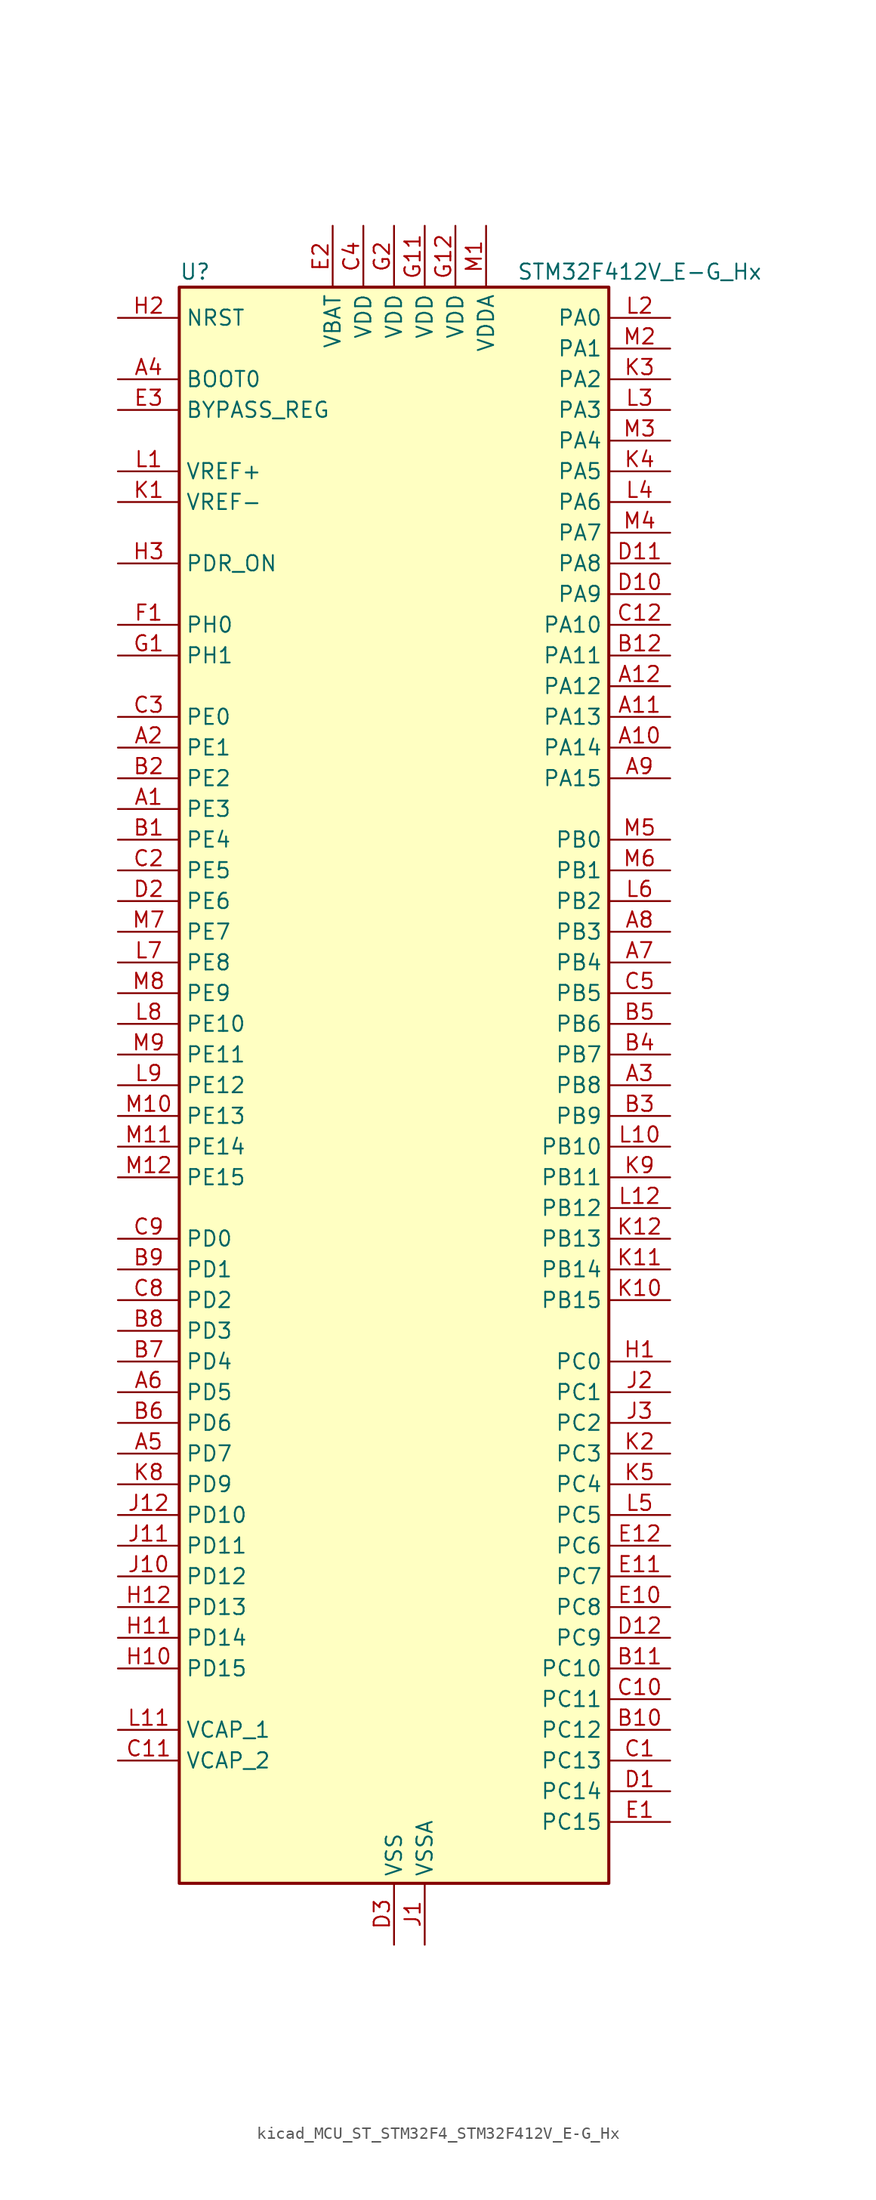
<source format=kicad_sym>
(kicad_symbol_lib
  (version 20220914)
  (generator kicad_symbol_editor)
  (symbol "kicad_MCU_ST_STM32F4_STM32F412V_E-G_Hx"
    (property "Reference" "U"
      (at -17.78 67.31 0)
      (effects (font (size 1.27 1.27)) (justify left)))
    (property "Value" "STM32F412V_E-G_Hx"
      (at 10.16 67.31 0)
      (effects (font (size 1.27 1.27)) (justify left)))
    (property "ki_locked" ""
      (at 0 0 0)
      (effects (font (size 1.27 1.27))))
    (symbol "kicad_MCU_ST_STM32F4_STM32F412V_E-G_Hx_0_1"
      (rectangle (start -17.78 -66.04) (end 17.78 66.04) (stroke (width 0.254) (type default)) (fill (type background))))
    (symbol "kicad_MCU_ST_STM32F4_STM32F412V_E-G_Hx_1_1"
      (pin bidirectional line (at -22.86 22.86 0) (length 5.08) (name "PE3" (effects (font (size 1.27 1.27)))) (number "A1" (effects (font (size 1.27 1.27)))) (alternate "FSMC_A19" bidirectional line) (alternate "SYS_TRACED0" bidirectional line))
      (pin bidirectional line (at 22.86 27.94 180) (length 5.08) (name "PA14" (effects (font (size 1.27 1.27)))) (number "A10" (effects (font (size 1.27 1.27)))) (alternate "SYS_JTCK-SWCLK" bidirectional line))
      (pin bidirectional line (at 22.86 30.48 180) (length 5.08) (name "PA13" (effects (font (size 1.27 1.27)))) (number "A11" (effects (font (size 1.27 1.27)))) (alternate "SYS_JTMS-SWDIO" bidirectional line))
      (pin bidirectional line (at 22.86 33.02 180) (length 5.08) (name "PA12" (effects (font (size 1.27 1.27)))) (number "A12" (effects (font (size 1.27 1.27)))) (alternate "CAN1_TX" bidirectional line) (alternate "SPI5_MISO" bidirectional line) (alternate "TIM1_ETR" bidirectional line) (alternate "USART1_RTS" bidirectional line) (alternate "USART6_RX" bidirectional line) (alternate "USB_OTG_FS_DP" bidirectional line))
      (pin bidirectional line (at -22.86 27.94 0) (length 5.08) (name "PE1" (effects (font (size 1.27 1.27)))) (number "A2" (effects (font (size 1.27 1.27)))) (alternate "FSMC_NBL1" bidirectional line))
      (pin bidirectional line (at 22.86 0 180) (length 5.08) (name "PB8" (effects (font (size 1.27 1.27)))) (number "A3" (effects (font (size 1.27 1.27)))) (alternate "CAN1_RX" bidirectional line) (alternate "I2C1_SCL" bidirectional line) (alternate "I2C3_SDA" bidirectional line) (alternate "I2S5_SD" bidirectional line) (alternate "SDIO_D4" bidirectional line) (alternate "SPI5_MOSI" bidirectional line) (alternate "TIM10_CH1" bidirectional line) (alternate "TIM4_CH3" bidirectional line))
      (pin input line (at -22.86 58.42 0) (length 5.08) (name "BOOT0" (effects (font (size 1.27 1.27)))) (number "A4" (effects (font (size 1.27 1.27)))))
      (pin bidirectional line (at -22.86 -30.48 0) (length 5.08) (name "PD7" (effects (font (size 1.27 1.27)))) (number "A5" (effects (font (size 1.27 1.27)))) (alternate "DFSDM1_CKIN1" bidirectional line) (alternate "FSMC_NE1" bidirectional line) (alternate "USART2_CK" bidirectional line))
      (pin bidirectional line (at -22.86 -25.4 0) (length 5.08) (name "PD5" (effects (font (size 1.27 1.27)))) (number "A6" (effects (font (size 1.27 1.27)))) (alternate "FSMC_NWE" bidirectional line) (alternate "USART2_TX" bidirectional line))
      (pin bidirectional line (at 22.86 10.16 180) (length 5.08) (name "PB4" (effects (font (size 1.27 1.27)))) (number "A7" (effects (font (size 1.27 1.27)))) (alternate "I2C3_SDA" bidirectional line) (alternate "I2S3_ext_SD" bidirectional line) (alternate "SDIO_D0" bidirectional line) (alternate "SPI1_MISO" bidirectional line) (alternate "SPI3_MISO" bidirectional line) (alternate "SYS_JTRST" bidirectional line) (alternate "TIM3_CH1" bidirectional line))
      (pin bidirectional line (at 22.86 12.7 180) (length 5.08) (name "PB3" (effects (font (size 1.27 1.27)))) (number "A8" (effects (font (size 1.27 1.27)))) (alternate "FMPI2C1_SDA" bidirectional line) (alternate "I2C2_SDA" bidirectional line) (alternate "I2S1_CK" bidirectional line) (alternate "I2S3_CK" bidirectional line) (alternate "SPI1_SCK" bidirectional line) (alternate "SPI3_SCK" bidirectional line) (alternate "SYS_JTDO-SWO" bidirectional line) (alternate "TIM2_CH2" bidirectional line) (alternate "USART1_RX" bidirectional line))
      (pin bidirectional line (at 22.86 25.4 180) (length 5.08) (name "PA15" (effects (font (size 1.27 1.27)))) (number "A9" (effects (font (size 1.27 1.27)))) (alternate "ADC1_EXTI15" bidirectional line) (alternate "I2S1_WS" bidirectional line) (alternate "I2S3_WS" bidirectional line) (alternate "SPI1_NSS" bidirectional line) (alternate "SPI3_NSS" bidirectional line) (alternate "SYS_JTDI" bidirectional line) (alternate "TIM2_CH1" bidirectional line) (alternate "TIM2_ETR" bidirectional line) (alternate "USART1_TX" bidirectional line))
      (pin bidirectional line (at -22.86 20.32 0) (length 5.08) (name "PE4" (effects (font (size 1.27 1.27)))) (number "B1" (effects (font (size 1.27 1.27)))) (alternate "DFSDM1_DATIN3" bidirectional line) (alternate "FSMC_A20" bidirectional line) (alternate "I2S4_WS" bidirectional line) (alternate "I2S5_WS" bidirectional line) (alternate "SPI4_NSS" bidirectional line) (alternate "SPI5_NSS" bidirectional line) (alternate "SYS_TRACED1" bidirectional line))
      (pin bidirectional line (at 22.86 -53.34 180) (length 5.08) (name "PC12" (effects (font (size 1.27 1.27)))) (number "B10" (effects (font (size 1.27 1.27)))) (alternate "FSMC_D3" bidirectional line) (alternate "FSMC_DA3" bidirectional line) (alternate "I2S3_SD" bidirectional line) (alternate "SDIO_CK" bidirectional line) (alternate "SPI3_MOSI" bidirectional line) (alternate "USART3_CK" bidirectional line))
      (pin bidirectional line (at 22.86 -48.26 180) (length 5.08) (name "PC10" (effects (font (size 1.27 1.27)))) (number "B11" (effects (font (size 1.27 1.27)))) (alternate "I2S3_CK" bidirectional line) (alternate "QUADSPI_BK1_IO1" bidirectional line) (alternate "SDIO_D2" bidirectional line) (alternate "SPI3_SCK" bidirectional line) (alternate "USART3_TX" bidirectional line))
      (pin bidirectional line (at 22.86 35.56 180) (length 5.08) (name "PA11" (effects (font (size 1.27 1.27)))) (number "B12" (effects (font (size 1.27 1.27)))) (alternate "ADC1_EXTI11" bidirectional line) (alternate "CAN1_RX" bidirectional line) (alternate "SPI4_MISO" bidirectional line) (alternate "TIM1_CH4" bidirectional line) (alternate "USART1_CTS" bidirectional line) (alternate "USART6_TX" bidirectional line) (alternate "USB_OTG_FS_DM" bidirectional line))
      (pin bidirectional line (at -22.86 25.4 0) (length 5.08) (name "PE2" (effects (font (size 1.27 1.27)))) (number "B2" (effects (font (size 1.27 1.27)))) (alternate "FSMC_A23" bidirectional line) (alternate "I2S4_CK" bidirectional line) (alternate "I2S5_CK" bidirectional line) (alternate "QUADSPI_BK1_IO2" bidirectional line) (alternate "SPI4_SCK" bidirectional line) (alternate "SPI5_SCK" bidirectional line) (alternate "SYS_TRACECLK" bidirectional line))
      (pin bidirectional line (at 22.86 -2.54 180) (length 5.08) (name "PB9" (effects (font (size 1.27 1.27)))) (number "B3" (effects (font (size 1.27 1.27)))) (alternate "CAN1_TX" bidirectional line) (alternate "I2C1_SDA" bidirectional line) (alternate "I2C2_SDA" bidirectional line) (alternate "I2S2_WS" bidirectional line) (alternate "SDIO_D5" bidirectional line) (alternate "SPI2_NSS" bidirectional line) (alternate "TIM11_CH1" bidirectional line) (alternate "TIM4_CH4" bidirectional line))
      (pin bidirectional line (at 22.86 2.54 180) (length 5.08) (name "PB7" (effects (font (size 1.27 1.27)))) (number "B4" (effects (font (size 1.27 1.27)))) (alternate "FSMC_NL" bidirectional line) (alternate "I2C1_SDA" bidirectional line) (alternate "TIM4_CH2" bidirectional line) (alternate "USART1_RX" bidirectional line))
      (pin bidirectional line (at 22.86 5.08 180) (length 5.08) (name "PB6" (effects (font (size 1.27 1.27)))) (number "B5" (effects (font (size 1.27 1.27)))) (alternate "CAN2_TX" bidirectional line) (alternate "I2C1_SCL" bidirectional line) (alternate "QUADSPI_BK1_NCS" bidirectional line) (alternate "SDIO_D0" bidirectional line) (alternate "TIM4_CH1" bidirectional line) (alternate "USART1_TX" bidirectional line))
      (pin bidirectional line (at -22.86 -27.94 0) (length 5.08) (name "PD6" (effects (font (size 1.27 1.27)))) (number "B6" (effects (font (size 1.27 1.27)))) (alternate "DFSDM1_DATIN1" bidirectional line) (alternate "FSMC_NWAIT" bidirectional line) (alternate "I2S3_SD" bidirectional line) (alternate "SPI3_MOSI" bidirectional line) (alternate "USART2_RX" bidirectional line))
      (pin bidirectional line (at -22.86 -22.86 0) (length 5.08) (name "PD4" (effects (font (size 1.27 1.27)))) (number "B7" (effects (font (size 1.27 1.27)))) (alternate "DFSDM1_CKIN0" bidirectional line) (alternate "FSMC_NOE" bidirectional line) (alternate "USART2_RTS" bidirectional line))
      (pin bidirectional line (at -22.86 -20.32 0) (length 5.08) (name "PD3" (effects (font (size 1.27 1.27)))) (number "B8" (effects (font (size 1.27 1.27)))) (alternate "DFSDM1_DATIN0" bidirectional line) (alternate "FSMC_CLK" bidirectional line) (alternate "I2S2_CK" bidirectional line) (alternate "QUADSPI_CLK" bidirectional line) (alternate "SPI2_SCK" bidirectional line) (alternate "SYS_TRACED1" bidirectional line) (alternate "USART2_CTS" bidirectional line))
      (pin bidirectional line (at -22.86 -15.24 0) (length 5.08) (name "PD1" (effects (font (size 1.27 1.27)))) (number "B9" (effects (font (size 1.27 1.27)))) (alternate "CAN1_TX" bidirectional line) (alternate "FSMC_D3" bidirectional line) (alternate "FSMC_DA3" bidirectional line))
      (pin bidirectional line (at 22.86 -55.88 180) (length 5.08) (name "PC13" (effects (font (size 1.27 1.27)))) (number "C1" (effects (font (size 1.27 1.27)))) (alternate "RTC_AF1" bidirectional line))
      (pin bidirectional line (at 22.86 -50.8 180) (length 5.08) (name "PC11" (effects (font (size 1.27 1.27)))) (number "C10" (effects (font (size 1.27 1.27)))) (alternate "ADC1_EXTI11" bidirectional line) (alternate "FSMC_D2" bidirectional line) (alternate "FSMC_DA2" bidirectional line) (alternate "I2S3_ext_SD" bidirectional line) (alternate "QUADSPI_BK2_NCS" bidirectional line) (alternate "SDIO_D3" bidirectional line) (alternate "SPI3_MISO" bidirectional line) (alternate "USART3_RX" bidirectional line))
      (pin power_out line (at -22.86 -55.88 0) (length 5.08) (name "VCAP_2" (effects (font (size 1.27 1.27)))) (number "C11" (effects (font (size 1.27 1.27)))))
      (pin bidirectional line (at 22.86 38.1 180) (length 5.08) (name "PA10" (effects (font (size 1.27 1.27)))) (number "C12" (effects (font (size 1.27 1.27)))) (alternate "I2S5_SD" bidirectional line) (alternate "SPI5_MOSI" bidirectional line) (alternate "TIM1_CH3" bidirectional line) (alternate "USART1_RX" bidirectional line) (alternate "USB_OTG_FS_ID" bidirectional line))
      (pin bidirectional line (at -22.86 17.78 0) (length 5.08) (name "PE5" (effects (font (size 1.27 1.27)))) (number "C2" (effects (font (size 1.27 1.27)))) (alternate "DFSDM1_CKIN3" bidirectional line) (alternate "FSMC_A21" bidirectional line) (alternate "SPI4_MISO" bidirectional line) (alternate "SPI5_MISO" bidirectional line) (alternate "SYS_TRACED2" bidirectional line) (alternate "TIM9_CH1" bidirectional line))
      (pin bidirectional line (at -22.86 30.48 0) (length 5.08) (name "PE0" (effects (font (size 1.27 1.27)))) (number "C3" (effects (font (size 1.27 1.27)))) (alternate "FSMC_NBL0" bidirectional line) (alternate "TIM4_ETR" bidirectional line))
      (pin power_in line (at -2.54 71.12 270) (length 5.08) (name "VDD" (effects (font (size 1.27 1.27)))) (number "C4" (effects (font (size 1.27 1.27)))))
      (pin bidirectional line (at 22.86 7.62 180) (length 5.08) (name "PB5" (effects (font (size 1.27 1.27)))) (number "C5" (effects (font (size 1.27 1.27)))) (alternate "CAN2_RX" bidirectional line) (alternate "I2C1_SMBA" bidirectional line) (alternate "I2S1_SD" bidirectional line) (alternate "I2S3_SD" bidirectional line) (alternate "SDIO_D3" bidirectional line) (alternate "SPI1_MOSI" bidirectional line) (alternate "SPI3_MOSI" bidirectional line) (alternate "TIM3_CH2" bidirectional line))
      (pin bidirectional line (at -22.86 -17.78 0) (length 5.08) (name "PD2" (effects (font (size 1.27 1.27)))) (number "C8" (effects (font (size 1.27 1.27)))) (alternate "FSMC_NWE" bidirectional line) (alternate "SDIO_CMD" bidirectional line) (alternate "TIM3_ETR" bidirectional line))
      (pin bidirectional line (at -22.86 -12.7 0) (length 5.08) (name "PD0" (effects (font (size 1.27 1.27)))) (number "C9" (effects (font (size 1.27 1.27)))) (alternate "CAN1_RX" bidirectional line) (alternate "FSMC_D2" bidirectional line) (alternate "FSMC_DA2" bidirectional line))
      (pin bidirectional line (at 22.86 -58.42 180) (length 5.08) (name "PC14" (effects (font (size 1.27 1.27)))) (number "D1" (effects (font (size 1.27 1.27)))) (alternate "RCC_OSC32_IN" bidirectional line))
      (pin bidirectional line (at 22.86 40.64 180) (length 5.08) (name "PA9" (effects (font (size 1.27 1.27)))) (number "D10" (effects (font (size 1.27 1.27)))) (alternate "I2C3_SMBA" bidirectional line) (alternate "SDIO_D2" bidirectional line) (alternate "TIM1_CH2" bidirectional line) (alternate "USART1_TX" bidirectional line) (alternate "USB_OTG_FS_VBUS" bidirectional line))
      (pin bidirectional line (at 22.86 43.18 180) (length 5.08) (name "PA8" (effects (font (size 1.27 1.27)))) (number "D11" (effects (font (size 1.27 1.27)))) (alternate "I2C3_SCL" bidirectional line) (alternate "RCC_MCO_1" bidirectional line) (alternate "SDIO_D1" bidirectional line) (alternate "TIM1_CH1" bidirectional line) (alternate "USART1_CK" bidirectional line) (alternate "USB_OTG_FS_SOF" bidirectional line))
      (pin bidirectional line (at 22.86 -45.72 180) (length 5.08) (name "PC9" (effects (font (size 1.27 1.27)))) (number "D12" (effects (font (size 1.27 1.27)))) (alternate "I2C3_SDA" bidirectional line) (alternate "I2S_CKIN" bidirectional line) (alternate "QUADSPI_BK1_IO0" bidirectional line) (alternate "RCC_MCO_2" bidirectional line) (alternate "SDIO_D1" bidirectional line) (alternate "TIM3_CH4" bidirectional line) (alternate "TIM8_CH4" bidirectional line))
      (pin bidirectional line (at -22.86 15.24 0) (length 5.08) (name "PE6" (effects (font (size 1.27 1.27)))) (number "D2" (effects (font (size 1.27 1.27)))) (alternate "FSMC_A22" bidirectional line) (alternate "I2S4_SD" bidirectional line) (alternate "I2S5_SD" bidirectional line) (alternate "SPI4_MOSI" bidirectional line) (alternate "SPI5_MOSI" bidirectional line) (alternate "SYS_TRACED3" bidirectional line) (alternate "TIM9_CH2" bidirectional line))
      (pin power_in line (at 0 -71.12 90) (length 5.08) (name "VSS" (effects (font (size 1.27 1.27)))) (number "D3" (effects (font (size 1.27 1.27)))))
      (pin bidirectional line (at 22.86 -60.96 180) (length 5.08) (name "PC15" (effects (font (size 1.27 1.27)))) (number "E1" (effects (font (size 1.27 1.27)))) (alternate "ADC1_EXTI15" bidirectional line) (alternate "RCC_OSC32_OUT" bidirectional line))
      (pin bidirectional line (at 22.86 -43.18 180) (length 5.08) (name "PC8" (effects (font (size 1.27 1.27)))) (number "E10" (effects (font (size 1.27 1.27)))) (alternate "QUADSPI_BK1_IO2" bidirectional line) (alternate "SDIO_D0" bidirectional line) (alternate "TIM3_CH3" bidirectional line) (alternate "TIM8_CH3" bidirectional line) (alternate "USART6_CK" bidirectional line))
      (pin bidirectional line (at 22.86 -40.64 180) (length 5.08) (name "PC7" (effects (font (size 1.27 1.27)))) (number "E11" (effects (font (size 1.27 1.27)))) (alternate "DFSDM1_DATIN3" bidirectional line) (alternate "FMPI2C1_SDA" bidirectional line) (alternate "I2S2_CK" bidirectional line) (alternate "I2S3_MCK" bidirectional line) (alternate "SDIO_D7" bidirectional line) (alternate "SPI2_SCK" bidirectional line) (alternate "TIM3_CH2" bidirectional line) (alternate "TIM8_CH2" bidirectional line) (alternate "USART6_RX" bidirectional line))
      (pin bidirectional line (at 22.86 -38.1 180) (length 5.08) (name "PC6" (effects (font (size 1.27 1.27)))) (number "E12" (effects (font (size 1.27 1.27)))) (alternate "DFSDM1_CKIN3" bidirectional line) (alternate "FMPI2C1_SCL" bidirectional line) (alternate "FSMC_D1" bidirectional line) (alternate "FSMC_DA1" bidirectional line) (alternate "I2S2_MCK" bidirectional line) (alternate "SDIO_D6" bidirectional line) (alternate "TIM3_CH1" bidirectional line) (alternate "TIM8_CH1" bidirectional line) (alternate "USART6_TX" bidirectional line))
      (pin power_in line (at -5.08 71.12 270) (length 5.08) (name "VBAT" (effects (font (size 1.27 1.27)))) (number "E2" (effects (font (size 1.27 1.27)))))
      (pin input line (at -22.86 55.88 0) (length 5.08) (name "BYPASS_REG" (effects (font (size 1.27 1.27)))) (number "E3" (effects (font (size 1.27 1.27)))))
      (pin bidirectional line (at -22.86 38.1 0) (length 5.08) (name "PH0" (effects (font (size 1.27 1.27)))) (number "F1" (effects (font (size 1.27 1.27)))) (alternate "RCC_OSC_IN" bidirectional line))
      (pin passive line (at 0 -71.12 90) (length 5.08) hide (name "VSS" (effects (font (size 1.27 1.27)))) (number "F11" (effects (font (size 1.27 1.27)))))
      (pin passive line (at 0 -71.12 90) (length 5.08) hide (name "VSS" (effects (font (size 1.27 1.27)))) (number "F12" (effects (font (size 1.27 1.27)))))
      (pin passive line (at 0 -71.12 90) (length 5.08) hide (name "VSS" (effects (font (size 1.27 1.27)))) (number "F2" (effects (font (size 1.27 1.27)))))
      (pin bidirectional line (at -22.86 35.56 0) (length 5.08) (name "PH1" (effects (font (size 1.27 1.27)))) (number "G1" (effects (font (size 1.27 1.27)))) (alternate "RCC_OSC_OUT" bidirectional line))
      (pin power_in line (at 2.54 71.12 270) (length 5.08) (name "VDD" (effects (font (size 1.27 1.27)))) (number "G11" (effects (font (size 1.27 1.27)))))
      (pin power_in line (at 5.08 71.12 270) (length 5.08) (name "VDD" (effects (font (size 1.27 1.27)))) (number "G12" (effects (font (size 1.27 1.27)))))
      (pin power_in line (at 0 71.12 270) (length 5.08) (name "VDD" (effects (font (size 1.27 1.27)))) (number "G2" (effects (font (size 1.27 1.27)))))
      (pin bidirectional line (at 22.86 -22.86 180) (length 5.08) (name "PC0" (effects (font (size 1.27 1.27)))) (number "H1" (effects (font (size 1.27 1.27)))) (alternate "ADC1_IN10" bidirectional line) (alternate "SYS_WKUP2" bidirectional line))
      (pin bidirectional line (at -22.86 -48.26 0) (length 5.08) (name "PD15" (effects (font (size 1.27 1.27)))) (number "H10" (effects (font (size 1.27 1.27)))) (alternate "ADC1_EXTI15" bidirectional line) (alternate "FMPI2C1_SDA" bidirectional line) (alternate "FSMC_D1" bidirectional line) (alternate "FSMC_DA1" bidirectional line) (alternate "TIM4_CH4" bidirectional line))
      (pin bidirectional line (at -22.86 -45.72 0) (length 5.08) (name "PD14" (effects (font (size 1.27 1.27)))) (number "H11" (effects (font (size 1.27 1.27)))) (alternate "FMPI2C1_SCL" bidirectional line) (alternate "FSMC_D0" bidirectional line) (alternate "FSMC_DA0" bidirectional line) (alternate "TIM4_CH3" bidirectional line))
      (pin bidirectional line (at -22.86 -43.18 0) (length 5.08) (name "PD13" (effects (font (size 1.27 1.27)))) (number "H12" (effects (font (size 1.27 1.27)))) (alternate "FMPI2C1_SDA" bidirectional line) (alternate "FSMC_A18" bidirectional line) (alternate "QUADSPI_BK1_IO3" bidirectional line) (alternate "TIM4_CH2" bidirectional line))
      (pin input line (at -22.86 63.5 0) (length 5.08) (name "NRST" (effects (font (size 1.27 1.27)))) (number "H2" (effects (font (size 1.27 1.27)))))
      (pin input line (at -22.86 43.18 0) (length 5.08) (name "PDR_ON" (effects (font (size 1.27 1.27)))) (number "H3" (effects (font (size 1.27 1.27)))))
      (pin power_in line (at 2.54 -71.12 90) (length 5.08) (name "VSSA" (effects (font (size 1.27 1.27)))) (number "J1" (effects (font (size 1.27 1.27)))))
      (pin bidirectional line (at -22.86 -40.64 0) (length 5.08) (name "PD12" (effects (font (size 1.27 1.27)))) (number "J10" (effects (font (size 1.27 1.27)))) (alternate "FMPI2C1_SCL" bidirectional line) (alternate "FSMC_A17" bidirectional line) (alternate "QUADSPI_BK1_IO1" bidirectional line) (alternate "TIM4_CH1" bidirectional line) (alternate "USART3_RTS" bidirectional line))
      (pin bidirectional line (at -22.86 -38.1 0) (length 5.08) (name "PD11" (effects (font (size 1.27 1.27)))) (number "J11" (effects (font (size 1.27 1.27)))) (alternate "ADC1_EXTI11" bidirectional line) (alternate "FMPI2C1_SMBA" bidirectional line) (alternate "FSMC_A16" bidirectional line) (alternate "QUADSPI_BK1_IO0" bidirectional line) (alternate "USART3_CTS" bidirectional line))
      (pin bidirectional line (at -22.86 -35.56 0) (length 5.08) (name "PD10" (effects (font (size 1.27 1.27)))) (number "J12" (effects (font (size 1.27 1.27)))) (alternate "FSMC_D15" bidirectional line) (alternate "FSMC_DA15" bidirectional line) (alternate "USART3_CK" bidirectional line))
      (pin bidirectional line (at 22.86 -25.4 180) (length 5.08) (name "PC1" (effects (font (size 1.27 1.27)))) (number "J2" (effects (font (size 1.27 1.27)))) (alternate "ADC1_IN11" bidirectional line) (alternate "SYS_WKUP3" bidirectional line))
      (pin bidirectional line (at 22.86 -27.94 180) (length 5.08) (name "PC2" (effects (font (size 1.27 1.27)))) (number "J3" (effects (font (size 1.27 1.27)))) (alternate "ADC1_IN12" bidirectional line) (alternate "DFSDM1_CKOUT" bidirectional line) (alternate "FSMC_NWE" bidirectional line) (alternate "I2S2_ext_SD" bidirectional line) (alternate "SPI2_MISO" bidirectional line))
      (pin input line (at -22.86 48.26 0) (length 5.08) (name "VREF-" (effects (font (size 1.27 1.27)))) (number "K1" (effects (font (size 1.27 1.27)))))
      (pin bidirectional line (at 22.86 -17.78 180) (length 5.08) (name "PB15" (effects (font (size 1.27 1.27)))) (number "K10" (effects (font (size 1.27 1.27)))) (alternate "ADC1_EXTI15" bidirectional line) (alternate "DFSDM1_CKIN2" bidirectional line) (alternate "FMPI2C1_SCL" bidirectional line) (alternate "I2S2_SD" bidirectional line) (alternate "RTC_REFIN" bidirectional line) (alternate "SDIO_CK" bidirectional line) (alternate "SPI2_MOSI" bidirectional line) (alternate "TIM12_CH2" bidirectional line) (alternate "TIM1_CH3N" bidirectional line) (alternate "TIM8_CH3N" bidirectional line))
      (pin bidirectional line (at 22.86 -15.24 180) (length 5.08) (name "PB14" (effects (font (size 1.27 1.27)))) (number "K11" (effects (font (size 1.27 1.27)))) (alternate "DFSDM1_DATIN2" bidirectional line) (alternate "FMPI2C1_SDA" bidirectional line) (alternate "FSMC_D0" bidirectional line) (alternate "FSMC_DA0" bidirectional line) (alternate "I2S2_ext_SD" bidirectional line) (alternate "SDIO_D6" bidirectional line) (alternate "SPI2_MISO" bidirectional line) (alternate "TIM12_CH1" bidirectional line) (alternate "TIM1_CH2N" bidirectional line) (alternate "TIM8_CH2N" bidirectional line) (alternate "USART3_RTS" bidirectional line))
      (pin bidirectional line (at 22.86 -12.7 180) (length 5.08) (name "PB13" (effects (font (size 1.27 1.27)))) (number "K12" (effects (font (size 1.27 1.27)))) (alternate "CAN2_TX" bidirectional line) (alternate "DFSDM1_CKIN1" bidirectional line) (alternate "FMPI2C1_SMBA" bidirectional line) (alternate "I2S2_CK" bidirectional line) (alternate "I2S4_CK" bidirectional line) (alternate "SPI2_SCK" bidirectional line) (alternate "SPI4_SCK" bidirectional line) (alternate "TIM1_CH1N" bidirectional line) (alternate "USART3_CTS" bidirectional line))
      (pin bidirectional line (at 22.86 -30.48 180) (length 5.08) (name "PC3" (effects (font (size 1.27 1.27)))) (number "K2" (effects (font (size 1.27 1.27)))) (alternate "ADC1_IN13" bidirectional line) (alternate "FSMC_A0" bidirectional line) (alternate "I2S2_SD" bidirectional line) (alternate "SPI2_MOSI" bidirectional line))
      (pin bidirectional line (at 22.86 58.42 180) (length 5.08) (name "PA2" (effects (font (size 1.27 1.27)))) (number "K3" (effects (font (size 1.27 1.27)))) (alternate "ADC1_IN2" bidirectional line) (alternate "FSMC_D4" bidirectional line) (alternate "FSMC_DA4" bidirectional line) (alternate "I2S_CKIN" bidirectional line) (alternate "TIM2_CH3" bidirectional line) (alternate "TIM5_CH3" bidirectional line) (alternate "TIM9_CH1" bidirectional line) (alternate "USART2_TX" bidirectional line))
      (pin bidirectional line (at 22.86 50.8 180) (length 5.08) (name "PA5" (effects (font (size 1.27 1.27)))) (number "K4" (effects (font (size 1.27 1.27)))) (alternate "ADC1_IN5" bidirectional line) (alternate "DFSDM1_CKIN1" bidirectional line) (alternate "FSMC_D7" bidirectional line) (alternate "FSMC_DA7" bidirectional line) (alternate "I2S1_CK" bidirectional line) (alternate "SPI1_SCK" bidirectional line) (alternate "TIM2_CH1" bidirectional line) (alternate "TIM2_ETR" bidirectional line) (alternate "TIM8_CH1N" bidirectional line))
      (pin bidirectional line (at 22.86 -33.02 180) (length 5.08) (name "PC4" (effects (font (size 1.27 1.27)))) (number "K5" (effects (font (size 1.27 1.27)))) (alternate "ADC1_IN14" bidirectional line) (alternate "FSMC_NE4" bidirectional line) (alternate "I2S1_MCK" bidirectional line) (alternate "QUADSPI_BK2_IO2" bidirectional line))
      (pin bidirectional line (at -22.86 -33.02 0) (length 5.08) (name "PD9" (effects (font (size 1.27 1.27)))) (number "K8" (effects (font (size 1.27 1.27)))) (alternate "FSMC_D14" bidirectional line) (alternate "FSMC_DA14" bidirectional line) (alternate "USART3_RX" bidirectional line))
      (pin bidirectional line (at 22.86 -7.62 180) (length 5.08) (name "PB11" (effects (font (size 1.27 1.27)))) (number "K9" (effects (font (size 1.27 1.27)))) (alternate "ADC1_EXTI11" bidirectional line) (alternate "I2C2_SDA" bidirectional line) (alternate "I2S_CKIN" bidirectional line) (alternate "TIM2_CH4" bidirectional line) (alternate "USART3_RX" bidirectional line))
      (pin input line (at -22.86 50.8 0) (length 5.08) (name "VREF+" (effects (font (size 1.27 1.27)))) (number "L1" (effects (font (size 1.27 1.27)))))
      (pin bidirectional line (at 22.86 -5.08 180) (length 5.08) (name "PB10" (effects (font (size 1.27 1.27)))) (number "L10" (effects (font (size 1.27 1.27)))) (alternate "FMPI2C1_SCL" bidirectional line) (alternate "I2C2_SCL" bidirectional line) (alternate "I2S2_CK" bidirectional line) (alternate "I2S3_MCK" bidirectional line) (alternate "SDIO_D7" bidirectional line) (alternate "SPI2_SCK" bidirectional line) (alternate "TIM2_CH3" bidirectional line) (alternate "USART3_TX" bidirectional line))
      (pin power_out line (at -22.86 -53.34 0) (length 5.08) (name "VCAP_1" (effects (font (size 1.27 1.27)))) (number "L11" (effects (font (size 1.27 1.27)))))
      (pin bidirectional line (at 22.86 -10.16 180) (length 5.08) (name "PB12" (effects (font (size 1.27 1.27)))) (number "L12" (effects (font (size 1.27 1.27)))) (alternate "CAN2_RX" bidirectional line) (alternate "DFSDM1_DATIN1" bidirectional line) (alternate "FSMC_D13" bidirectional line) (alternate "FSMC_DA13" bidirectional line) (alternate "I2C2_SMBA" bidirectional line) (alternate "I2S2_WS" bidirectional line) (alternate "I2S3_CK" bidirectional line) (alternate "I2S4_WS" bidirectional line) (alternate "SPI2_NSS" bidirectional line) (alternate "SPI3_SCK" bidirectional line) (alternate "SPI4_NSS" bidirectional line) (alternate "TIM1_BKIN" bidirectional line) (alternate "USART3_CK" bidirectional line))
      (pin bidirectional line (at 22.86 63.5 180) (length 5.08) (name "PA0" (effects (font (size 1.27 1.27)))) (number "L2" (effects (font (size 1.27 1.27)))) (alternate "ADC1_IN0" bidirectional line) (alternate "SYS_WKUP1" bidirectional line) (alternate "TIM2_CH1" bidirectional line) (alternate "TIM2_ETR" bidirectional line) (alternate "TIM5_CH1" bidirectional line) (alternate "TIM8_ETR" bidirectional line) (alternate "USART2_CTS" bidirectional line))
      (pin bidirectional line (at 22.86 55.88 180) (length 5.08) (name "PA3" (effects (font (size 1.27 1.27)))) (number "L3" (effects (font (size 1.27 1.27)))) (alternate "ADC1_IN3" bidirectional line) (alternate "FSMC_D5" bidirectional line) (alternate "FSMC_DA5" bidirectional line) (alternate "I2S2_MCK" bidirectional line) (alternate "TIM2_CH4" bidirectional line) (alternate "TIM5_CH4" bidirectional line) (alternate "TIM9_CH2" bidirectional line) (alternate "USART2_RX" bidirectional line))
      (pin bidirectional line (at 22.86 48.26 180) (length 5.08) (name "PA6" (effects (font (size 1.27 1.27)))) (number "L4" (effects (font (size 1.27 1.27)))) (alternate "ADC1_IN6" bidirectional line) (alternate "I2S2_MCK" bidirectional line) (alternate "QUADSPI_BK2_IO0" bidirectional line) (alternate "SDIO_CMD" bidirectional line) (alternate "SPI1_MISO" bidirectional line) (alternate "TIM13_CH1" bidirectional line) (alternate "TIM1_BKIN" bidirectional line) (alternate "TIM3_CH1" bidirectional line) (alternate "TIM8_BKIN" bidirectional line))
      (pin bidirectional line (at 22.86 -35.56 180) (length 5.08) (name "PC5" (effects (font (size 1.27 1.27)))) (number "L5" (effects (font (size 1.27 1.27)))) (alternate "ADC1_IN15" bidirectional line) (alternate "FMPI2C1_SMBA" bidirectional line) (alternate "FSMC_NOE" bidirectional line) (alternate "QUADSPI_BK2_IO3" bidirectional line) (alternate "USART3_RX" bidirectional line))
      (pin bidirectional line (at 22.86 15.24 180) (length 5.08) (name "PB2" (effects (font (size 1.27 1.27)))) (number "L6" (effects (font (size 1.27 1.27)))) (alternate "DFSDM1_CKIN0" bidirectional line) (alternate "QUADSPI_CLK" bidirectional line))
      (pin bidirectional line (at -22.86 10.16 0) (length 5.08) (name "PE8" (effects (font (size 1.27 1.27)))) (number "L7" (effects (font (size 1.27 1.27)))) (alternate "DFSDM1_CKIN2" bidirectional line) (alternate "FSMC_D5" bidirectional line) (alternate "FSMC_DA5" bidirectional line) (alternate "QUADSPI_BK2_IO1" bidirectional line) (alternate "TIM1_CH1N" bidirectional line))
      (pin bidirectional line (at -22.86 5.08 0) (length 5.08) (name "PE10" (effects (font (size 1.27 1.27)))) (number "L8" (effects (font (size 1.27 1.27)))) (alternate "FSMC_D7" bidirectional line) (alternate "FSMC_DA7" bidirectional line) (alternate "QUADSPI_BK2_IO3" bidirectional line) (alternate "TIM1_CH2N" bidirectional line))
      (pin bidirectional line (at -22.86 0 0) (length 5.08) (name "PE12" (effects (font (size 1.27 1.27)))) (number "L9" (effects (font (size 1.27 1.27)))) (alternate "FSMC_D9" bidirectional line) (alternate "FSMC_DA9" bidirectional line) (alternate "I2S4_CK" bidirectional line) (alternate "I2S5_CK" bidirectional line) (alternate "SPI4_SCK" bidirectional line) (alternate "SPI5_SCK" bidirectional line) (alternate "TIM1_CH3N" bidirectional line))
      (pin power_in line (at 7.62 71.12 270) (length 5.08) (name "VDDA" (effects (font (size 1.27 1.27)))) (number "M1" (effects (font (size 1.27 1.27)))))
      (pin bidirectional line (at -22.86 -2.54 0) (length 5.08) (name "PE13" (effects (font (size 1.27 1.27)))) (number "M10" (effects (font (size 1.27 1.27)))) (alternate "FSMC_D10" bidirectional line) (alternate "FSMC_DA10" bidirectional line) (alternate "SPI4_MISO" bidirectional line) (alternate "SPI5_MISO" bidirectional line) (alternate "TIM1_CH3" bidirectional line))
      (pin bidirectional line (at -22.86 -5.08 0) (length 5.08) (name "PE14" (effects (font (size 1.27 1.27)))) (number "M11" (effects (font (size 1.27 1.27)))) (alternate "FSMC_D11" bidirectional line) (alternate "FSMC_DA11" bidirectional line) (alternate "I2S4_SD" bidirectional line) (alternate "I2S5_SD" bidirectional line) (alternate "SPI4_MOSI" bidirectional line) (alternate "SPI5_MOSI" bidirectional line) (alternate "TIM1_CH4" bidirectional line))
      (pin bidirectional line (at -22.86 -7.62 0) (length 5.08) (name "PE15" (effects (font (size 1.27 1.27)))) (number "M12" (effects (font (size 1.27 1.27)))) (alternate "ADC1_EXTI15" bidirectional line) (alternate "FSMC_D12" bidirectional line) (alternate "FSMC_DA12" bidirectional line) (alternate "TIM1_BKIN" bidirectional line))
      (pin bidirectional line (at 22.86 60.96 180) (length 5.08) (name "PA1" (effects (font (size 1.27 1.27)))) (number "M2" (effects (font (size 1.27 1.27)))) (alternate "ADC1_IN1" bidirectional line) (alternate "I2S4_SD" bidirectional line) (alternate "QUADSPI_BK1_IO3" bidirectional line) (alternate "SPI4_MOSI" bidirectional line) (alternate "TIM2_CH2" bidirectional line) (alternate "TIM5_CH2" bidirectional line) (alternate "USART2_RTS" bidirectional line))
      (pin bidirectional line (at 22.86 53.34 180) (length 5.08) (name "PA4" (effects (font (size 1.27 1.27)))) (number "M3" (effects (font (size 1.27 1.27)))) (alternate "ADC1_IN4" bidirectional line) (alternate "DFSDM1_DATIN1" bidirectional line) (alternate "FSMC_D6" bidirectional line) (alternate "FSMC_DA6" bidirectional line) (alternate "I2S1_WS" bidirectional line) (alternate "I2S3_WS" bidirectional line) (alternate "SPI1_NSS" bidirectional line) (alternate "SPI3_NSS" bidirectional line) (alternate "USART2_CK" bidirectional line))
      (pin bidirectional line (at 22.86 45.72 180) (length 5.08) (name "PA7" (effects (font (size 1.27 1.27)))) (number "M4" (effects (font (size 1.27 1.27)))) (alternate "ADC1_IN7" bidirectional line) (alternate "I2S1_SD" bidirectional line) (alternate "QUADSPI_BK2_IO1" bidirectional line) (alternate "SPI1_MOSI" bidirectional line) (alternate "TIM14_CH1" bidirectional line) (alternate "TIM1_CH1N" bidirectional line) (alternate "TIM3_CH2" bidirectional line) (alternate "TIM8_CH1N" bidirectional line))
      (pin bidirectional line (at 22.86 20.32 180) (length 5.08) (name "PB0" (effects (font (size 1.27 1.27)))) (number "M5" (effects (font (size 1.27 1.27)))) (alternate "ADC1_IN8" bidirectional line) (alternate "I2S5_CK" bidirectional line) (alternate "SPI5_SCK" bidirectional line) (alternate "TIM1_CH2N" bidirectional line) (alternate "TIM3_CH3" bidirectional line) (alternate "TIM8_CH2N" bidirectional line))
      (pin bidirectional line (at 22.86 17.78 180) (length 5.08) (name "PB1" (effects (font (size 1.27 1.27)))) (number "M6" (effects (font (size 1.27 1.27)))) (alternate "ADC1_IN9" bidirectional line) (alternate "DFSDM1_DATIN0" bidirectional line) (alternate "I2S5_WS" bidirectional line) (alternate "QUADSPI_CLK" bidirectional line) (alternate "SPI5_NSS" bidirectional line) (alternate "TIM1_CH3N" bidirectional line) (alternate "TIM3_CH4" bidirectional line) (alternate "TIM8_CH3N" bidirectional line))
      (pin bidirectional line (at -22.86 12.7 0) (length 5.08) (name "PE7" (effects (font (size 1.27 1.27)))) (number "M7" (effects (font (size 1.27 1.27)))) (alternate "DFSDM1_DATIN2" bidirectional line) (alternate "FSMC_D4" bidirectional line) (alternate "FSMC_DA4" bidirectional line) (alternate "QUADSPI_BK2_IO0" bidirectional line) (alternate "TIM1_ETR" bidirectional line))
      (pin bidirectional line (at -22.86 7.62 0) (length 5.08) (name "PE9" (effects (font (size 1.27 1.27)))) (number "M8" (effects (font (size 1.27 1.27)))) (alternate "DFSDM1_CKOUT" bidirectional line) (alternate "FSMC_D6" bidirectional line) (alternate "FSMC_DA6" bidirectional line) (alternate "QUADSPI_BK2_IO2" bidirectional line) (alternate "TIM1_CH1" bidirectional line))
      (pin bidirectional line (at -22.86 2.54 0) (length 5.08) (name "PE11" (effects (font (size 1.27 1.27)))) (number "M9" (effects (font (size 1.27 1.27)))) (alternate "ADC1_EXTI11" bidirectional line) (alternate "FSMC_D8" bidirectional line) (alternate "FSMC_DA8" bidirectional line) (alternate "I2S4_WS" bidirectional line) (alternate "I2S5_WS" bidirectional line) (alternate "SPI4_NSS" bidirectional line) (alternate "SPI5_NSS" bidirectional line) (alternate "TIM1_CH2" bidirectional line)))))
</source>
